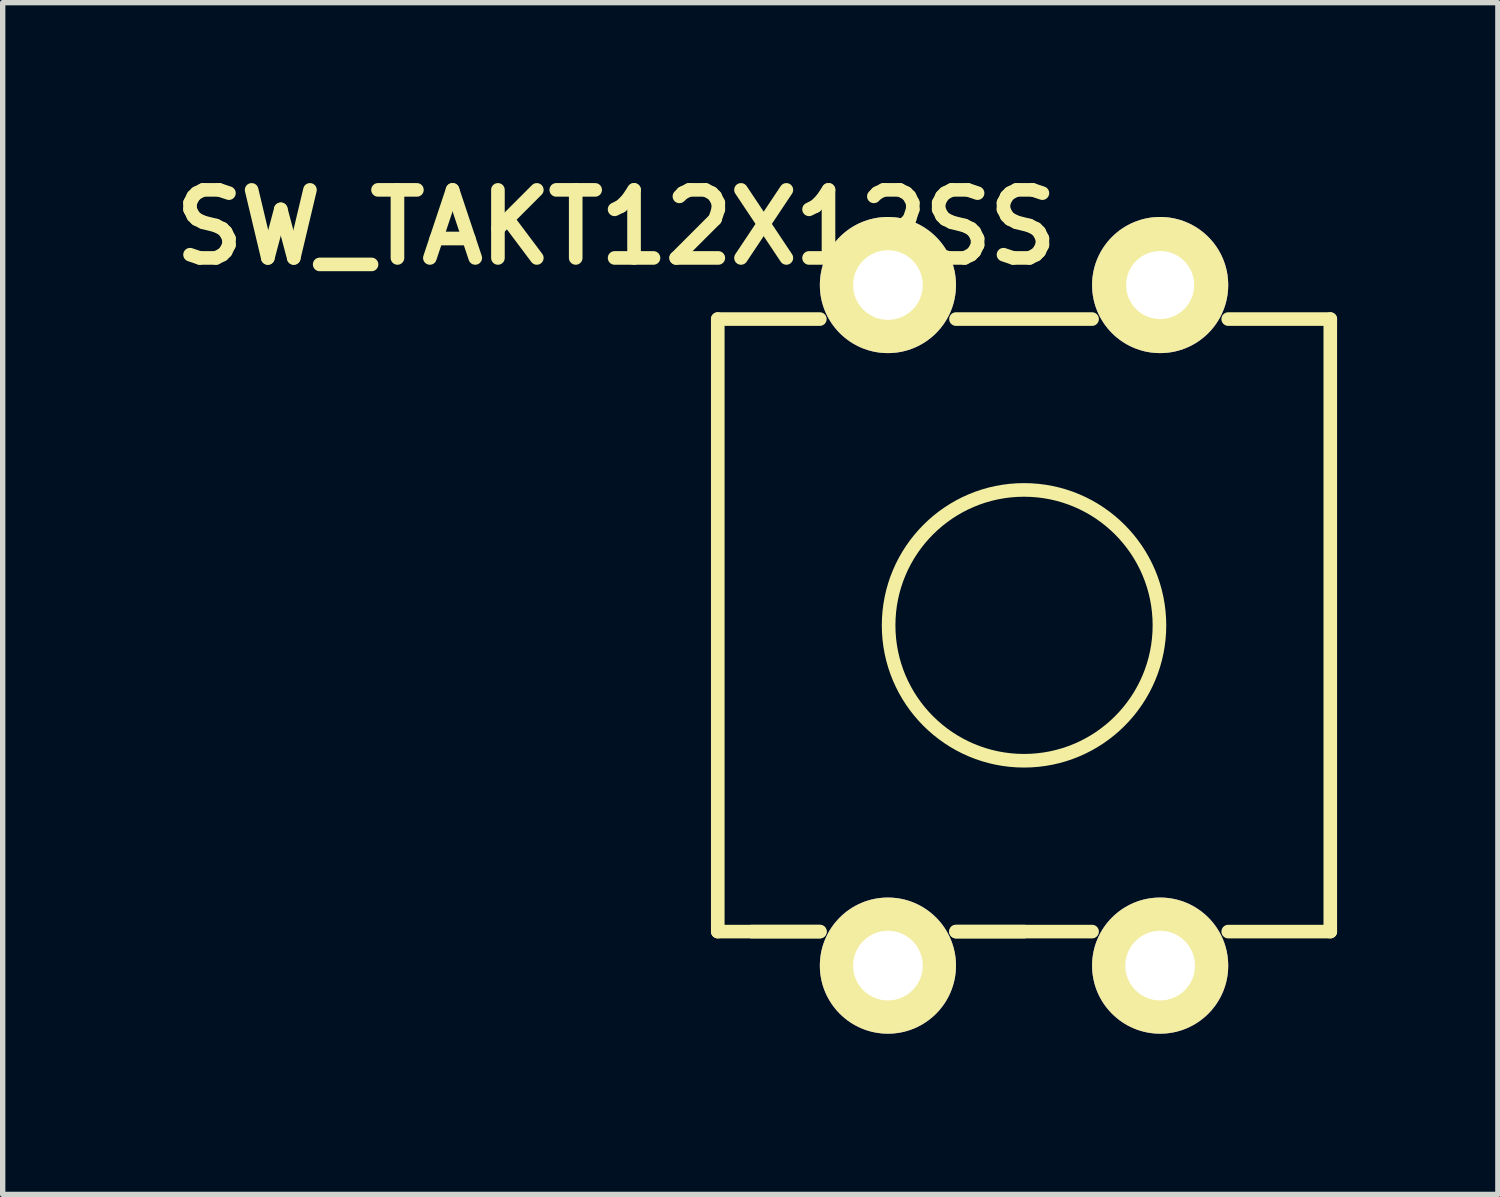
<source format=kicad_pcb>
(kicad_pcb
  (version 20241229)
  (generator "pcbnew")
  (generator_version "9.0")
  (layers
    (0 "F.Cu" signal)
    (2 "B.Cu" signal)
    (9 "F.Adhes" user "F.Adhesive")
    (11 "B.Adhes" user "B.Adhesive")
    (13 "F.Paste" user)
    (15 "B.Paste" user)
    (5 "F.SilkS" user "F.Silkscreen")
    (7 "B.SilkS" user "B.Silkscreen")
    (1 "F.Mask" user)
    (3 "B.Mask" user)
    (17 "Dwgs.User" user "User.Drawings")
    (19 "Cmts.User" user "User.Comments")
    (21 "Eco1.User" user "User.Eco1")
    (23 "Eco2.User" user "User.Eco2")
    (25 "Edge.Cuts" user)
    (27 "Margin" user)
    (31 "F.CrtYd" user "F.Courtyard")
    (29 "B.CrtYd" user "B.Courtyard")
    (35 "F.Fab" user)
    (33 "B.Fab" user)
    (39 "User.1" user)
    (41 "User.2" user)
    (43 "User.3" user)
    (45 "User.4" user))
  (footprint "SW_TAKT12X12SS"
    (layer "F.Cu")
    (at 16.059 8.619)
    (property "Reference" "SW_TAKT12X12SS" (at -7.61 -7.43 0) (layer "F.SilkS") (effects (font (size 1.27 1.27) (thickness 0.254))))
    (attr exclude_from_pos_files exclude_from_bom)
    (fp_line (start -5.715 -5.715) (end -3.81 -5.715) (stroke (width 0.254) (type solid)) (layer "F.SilkS"))
    (fp_line (start -5.715 5.715) (end -5.715 -5.715) (stroke (width 0.254) (type solid)) (layer "F.SilkS"))
    (fp_line (start -5.715 5.715) (end -3.81 5.715) (stroke (width 0.254) (type solid)) (layer "F.SilkS"))
    (fp_line (start -3.81 5.715) (end -5.08 5.715) (stroke (width 0.254) (type solid)) (layer "F.SilkS"))
    (fp_line (start -1.27 -5.715) (end 1.27 -5.715) (stroke (width 0.254) (type solid)) (layer "F.SilkS"))
    (fp_line (start -1.27 5.715) (end 1.27 5.715) (stroke (width 0.254) (type solid)) (layer "F.SilkS"))
    (fp_line (start 0 5.715) (end -1.27 5.715) (stroke (width 0.254) (type solid)) (layer "F.SilkS"))
    (fp_line (start 3.81 -5.715) (end 5.715 -5.715) (stroke (width 0.254) (type solid)) (layer "F.SilkS"))
    (fp_line (start 3.81 5.715) (end 5.715 5.715) (stroke (width 0.254) (type solid)) (layer "F.SilkS"))
    (fp_line (start 5.715 -5.715) (end 5.715 5.715) (stroke (width 0.254) (type solid)) (layer "F.SilkS"))
    (fp_circle (center 0 0) (end 2.49 0.43) (stroke (width 0.254) (type solid)) (fill no) (layer "F.SilkS"))
    (pad "1" thru_hole circle (at -2.54 6.35) (size 2.54 2.54) (drill 1.3) (layers "*.Cu" "F.Mask" "F.SilkS"))
    (pad "2" thru_hole circle (at 2.54 6.35) (size 2.54 2.54) (drill 1.3) (layers "*.Cu" "F.Mask" "F.SilkS"))
    (pad "3" thru_hole circle (at 2.54 -6.35) (size 2.54 2.54) (drill 1.27) (layers "*.Cu" "F.Mask" "F.SilkS"))
    (pad "4" thru_hole circle (at -2.54 -6.35) (size 2.54 2.54) (drill 1.3) (layers "*.Cu" "F.Mask" "F.SilkS")))
  (gr_rect
    (start -3 -3)
    (end 24.901 19.239)
    (stroke (width 0.1) (type default))
    (fill no)
    (layer "Edge.Cuts")))
</source>
